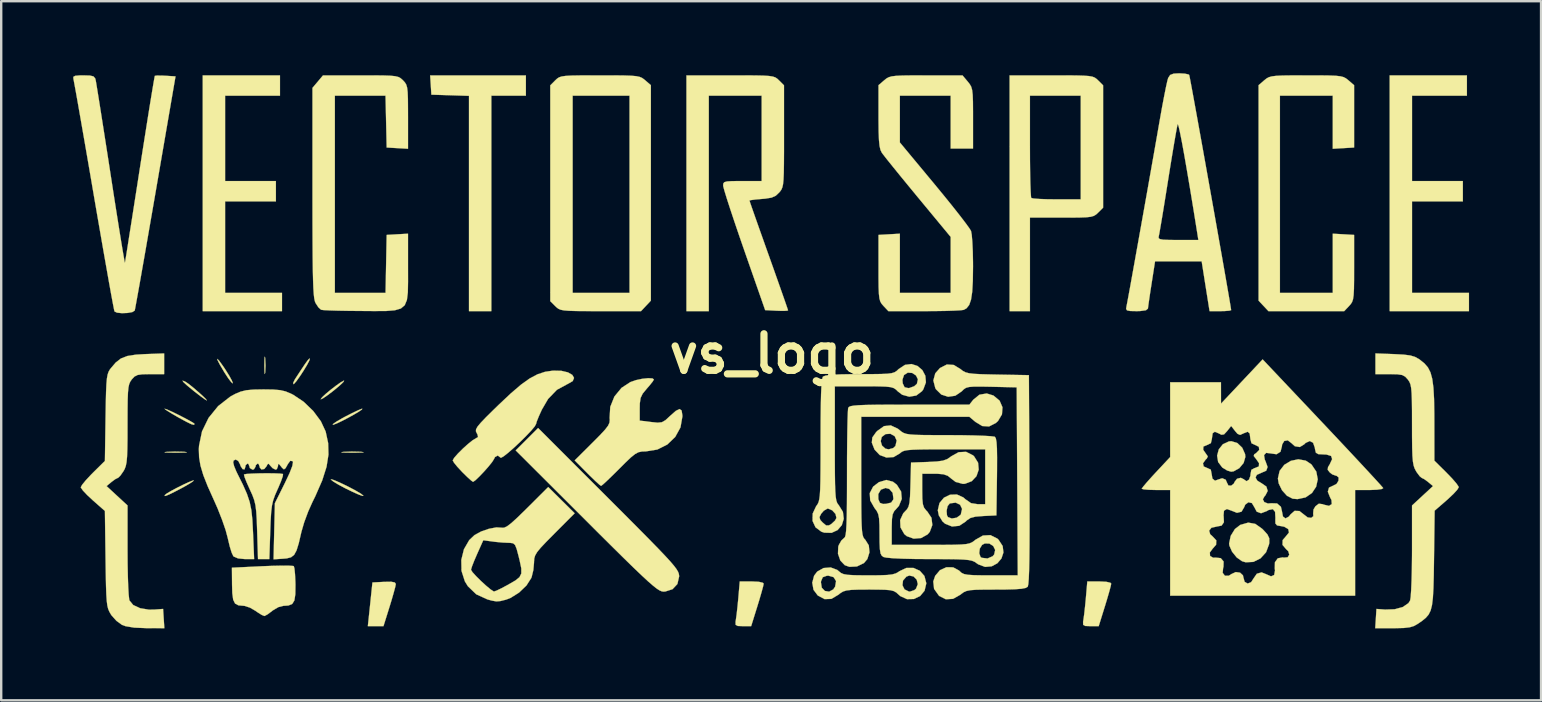
<source format=kicad_pcb>
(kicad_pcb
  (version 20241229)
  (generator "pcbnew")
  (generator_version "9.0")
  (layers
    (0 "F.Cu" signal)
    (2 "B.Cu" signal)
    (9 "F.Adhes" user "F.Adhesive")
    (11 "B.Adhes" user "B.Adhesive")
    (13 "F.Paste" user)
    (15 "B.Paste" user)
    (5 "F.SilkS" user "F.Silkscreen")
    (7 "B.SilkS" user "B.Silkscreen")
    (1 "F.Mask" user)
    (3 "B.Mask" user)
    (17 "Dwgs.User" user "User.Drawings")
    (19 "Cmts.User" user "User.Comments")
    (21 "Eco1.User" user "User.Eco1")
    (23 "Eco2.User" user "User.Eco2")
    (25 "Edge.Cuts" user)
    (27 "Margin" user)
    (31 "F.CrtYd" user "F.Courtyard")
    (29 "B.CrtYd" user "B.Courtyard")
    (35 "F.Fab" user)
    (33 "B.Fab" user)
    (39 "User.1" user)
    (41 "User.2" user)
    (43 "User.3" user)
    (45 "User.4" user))
  (footprint "vs_logo"
    (layer "F.Cu")
    (at 29.102 11.689)
    (property "Reference" "vs_logo" (at 0 0 0) (layer "F.SilkS") (effects (font (size 1.524 1.524) (thickness 0.3))))
    (attr through_hole)
    (fp_poly (pts (xy -10.245 -10.753) (xy -11.684 -10.753) (xy -11.684 -1.778) (xy -12.615 -1.778) (xy -12.615 -10.746) (xy -13.399 -10.771) (xy -14.182 -10.795) (xy -14.207 -11.197) (xy -14.233 -11.599) (xy -10.245 -11.599) (xy -10.245 -10.753)) (stroke (width 0.01) (type solid)) (fill yes) (layer "F.SilkS"))
    (fp_poly (pts (xy -24.525 4.081) (xy -24.445 4.087) (xy -24.366 4.1) (xy -24.439 4.111) (xy -24.646 4.117) (xy -24.85 4.119) (xy -25.131 4.115) (xy -25.284 4.107) (xy -25.292 4.096) (xy -25.207 4.086) (xy -24.868 4.074) (xy -24.525 4.081)) (stroke (width 0.01) (type solid)) (fill yes) (layer "F.SilkS"))
    (fp_poly (pts (xy -21.109 0.157) (xy -21.105 0.192) (xy -21.091 0.491) (xy -21.104 0.775) (xy -21.106 0.785) (xy -21.122 0.843) (xy -21.133 0.752) (xy -21.139 0.532) (xy -21.139 0.466) (xy -21.135 0.225) (xy -21.124 0.117) (xy -21.109 0.157)) (stroke (width 0.01) (type solid)) (fill yes) (layer "F.SilkS"))
    (fp_poly (pts (xy -17.159 4.081) (xy -17.079 4.087) (xy -17 4.1) (xy -17.073 4.111) (xy -17.28 4.117) (xy -17.484 4.119) (xy -17.765 4.115) (xy -17.918 4.107) (xy -17.926 4.096) (xy -17.841 4.086) (xy -17.502 4.074) (xy -17.159 4.081)) (stroke (width 0.01) (type solid)) (fill yes) (layer "F.SilkS"))
    (fp_poly (pts (xy -20.489 -10.753) (xy -22.775 -10.753) (xy -22.775 -7.197) (xy -20.659 -7.197) (xy -20.659 -6.35) (xy -22.775 -6.35) (xy -22.775 -2.54) (xy -20.405 -2.54) (xy -20.405 -1.778) (xy -23.707 -1.778) (xy -23.707 -11.599) (xy -20.489 -11.599) (xy -20.489 -10.753)) (stroke (width 0.01) (type solid)) (fill yes) (layer "F.SilkS"))
    (fp_poly (pts (xy 28.956 -10.753) (xy 26.67 -10.753) (xy 26.67 -7.197) (xy 28.787 -7.197) (xy 28.787 -6.35) (xy 26.67 -6.35) (xy 26.67 -2.54) (xy 29.041 -2.54) (xy 29.041 -1.778) (xy 25.739 -1.778) (xy 25.739 -11.599) (xy 28.956 -11.599) (xy 28.956 -10.753)) (stroke (width 0.01) (type solid)) (fill yes) (layer "F.SilkS"))
    (fp_poly (pts (xy -23.023 0.287) (xy -22.864 0.506) (xy -22.762 0.658) (xy -22.6 0.917) (xy -22.49 1.119) (xy -22.452 1.225) (xy -22.454 1.231) (xy -22.515 1.186) (xy -22.637 1.028) (xy -22.793 0.791) (xy -22.805 0.772) (xy -22.991 0.457) (xy -23.089 0.268) (xy -23.099 0.21) (xy -23.023 0.287)) (stroke (width 0.01) (type solid)) (fill yes) (layer "F.SilkS"))
    (fp_poly (pts (xy -24.128 5.326) (xy -24.29 5.428) (xy -24.52 5.56) (xy -24.778 5.697) (xy -25.02 5.819) (xy -25.205 5.902) (xy -25.285 5.925) (xy -25.29 5.887) (xy -25.231 5.837) (xy -25.048 5.726) (xy -24.802 5.593) (xy -24.537 5.46) (xy -24.299 5.35) (xy -24.131 5.283) (xy -24.077 5.274) (xy -24.128 5.326)) (stroke (width 0.01) (type solid)) (fill yes) (layer "F.SilkS"))
    (fp_poly (pts (xy -19.267 0.284) (xy -19.361 0.463) (xy -19.499 0.692) (xy -19.653 0.928) (xy -19.795 1.128) (xy -19.899 1.249) (xy -19.928 1.266) (xy -19.938 1.208) (xy -19.866 1.062) (xy -19.85 1.037) (xy -19.606 0.665) (xy -19.439 0.415) (xy -19.332 0.268) (xy -19.272 0.204) (xy -19.245 0.2) (xy -19.267 0.284)) (stroke (width 0.01) (type solid)) (fill yes) (layer "F.SilkS"))
    (fp_poly (pts (xy -17.859 1.187) (xy -18.008 1.327) (xy -18.232 1.515) (xy -18.287 1.559) (xy -18.526 1.739) (xy -18.703 1.858) (xy -18.788 1.895) (xy -18.791 1.889) (xy -18.729 1.806) (xy -18.574 1.662) (xy -18.367 1.49) (xy -18.148 1.322) (xy -17.958 1.188) (xy -17.837 1.121) (xy -17.816 1.121) (xy -17.859 1.187)) (stroke (width 0.01) (type solid)) (fill yes) (layer "F.SilkS"))
    (fp_poly (pts (xy -15.705 9.525) (xy -15.663 9.588) (xy -15.687 9.713) (xy -15.753 9.959) (xy -15.847 10.285) (xy -15.92 10.523) (xy -16.177 11.345) (xy -16.828 11.345) (xy -16.79 10.986) (xy -16.76 10.7) (xy -16.722 10.339) (xy -16.695 10.075) (xy -16.637 9.525) (xy -16.15 9.5) (xy -15.858 9.495) (xy -15.705 9.525)) (stroke (width 0.01) (type solid)) (fill yes) (layer "F.SilkS"))
    (fp_poly (pts (xy -25.187 2.322) (xy -24.985 2.413) (xy -24.73 2.537) (xy -24.465 2.673) (xy -24.234 2.798) (xy -24.082 2.889) (xy -24.045 2.922) (xy -24.074 2.958) (xy -24.175 2.934) (xy -24.37 2.842) (xy -24.682 2.672) (xy -24.765 2.625) (xy -25.03 2.47) (xy -25.217 2.353) (xy -25.295 2.292) (xy -25.292 2.288) (xy -25.187 2.322)) (stroke (width 0.01) (type solid)) (fill yes) (layer "F.SilkS"))
    (fp_poly (pts (xy -24.46 1.148) (xy -24.405 1.178) (xy -24.277 1.267) (xy -24.093 1.415) (xy -23.89 1.59) (xy -23.704 1.757) (xy -23.574 1.886) (xy -23.535 1.943) (xy -23.537 1.943) (xy -23.619 1.896) (xy -23.797 1.768) (xy -24.033 1.586) (xy -24.067 1.559) (xy -24.347 1.329) (xy -24.509 1.18) (xy -24.549 1.118) (xy -24.46 1.148)) (stroke (width 0.01) (type solid)) (fill yes) (layer "F.SilkS"))
    (fp_poly (pts (xy -18.305 5.237) (xy -18.129 5.306) (xy -17.884 5.417) (xy -17.611 5.551) (xy -17.351 5.689) (xy -17.143 5.811) (xy -17.103 5.837) (xy -17.011 5.913) (xy -17.051 5.92) (xy -17.207 5.865) (xy -17.459 5.753) (xy -17.759 5.607) (xy -18.043 5.456) (xy -18.258 5.327) (xy -18.366 5.243) (xy -18.373 5.23) (xy -18.305 5.237)) (stroke (width 0.01) (type solid)) (fill yes) (layer "F.SilkS"))
    (fp_poly (pts (xy -17.076 2.322) (xy -17.204 2.41) (xy -17.411 2.533) (xy -17.657 2.669) (xy -17.906 2.798) (xy -18.121 2.9) (xy -18.264 2.954) (xy -18.288 2.958) (xy -18.278 2.923) (xy -18.143 2.828) (xy -17.909 2.692) (xy -17.781 2.622) (xy -17.482 2.469) (xy -17.236 2.352) (xy -17.084 2.291) (xy -17.061 2.287) (xy -17.076 2.322)) (stroke (width 0.01) (type solid)) (fill yes) (layer "F.SilkS"))
    (fp_poly (pts (xy 19.394 3.717) (xy 19.598 3.913) (xy 19.715 4.177) (xy 19.727 4.296) (xy 19.655 4.546) (xy 19.475 4.764) (xy 19.241 4.895) (xy 19.135 4.911) (xy 18.969 4.861) (xy 18.771 4.74) (xy 18.765 4.735) (xy 18.593 4.509) (xy 18.55 4.241) (xy 18.621 3.979) (xy 18.79 3.767) (xy 19.041 3.65) (xy 19.147 3.641) (xy 19.394 3.717)) (stroke (width 0.01) (type solid)) (fill yes) (layer "F.SilkS"))
    (fp_poly (pts (xy 22.244 4.45) (xy 22.479 4.607) (xy 22.683 4.908) (xy 22.743 5.229) (xy 22.676 5.536) (xy 22.502 5.798) (xy 22.238 5.981) (xy 21.901 6.053) (xy 21.699 6.036) (xy 21.463 5.916) (xy 21.255 5.686) (xy 21.116 5.4) (xy 21.082 5.194) (xy 21.155 4.875) (xy 21.349 4.624) (xy 21.622 4.458) (xy 21.933 4.394) (xy 22.244 4.45)) (stroke (width 0.01) (type solid)) (fill yes) (layer "F.SilkS"))
    (fp_poly (pts (xy -0.542 9.497) (xy -0.371 9.538) (xy -0.339 9.575) (xy -0.363 9.691) (xy -0.427 9.929) (xy -0.521 10.251) (xy -0.599 10.507) (xy -0.86 11.345) (xy -1.201 11.345) (xy -1.418 11.338) (xy -1.507 11.291) (xy -1.511 11.164) (xy -1.496 11.07) (xy -1.465 10.85) (xy -1.429 10.527) (xy -1.394 10.169) (xy -1.392 10.139) (xy -1.335 9.483) (xy -0.837 9.483) (xy -0.542 9.497)) (stroke (width 0.01) (type solid)) (fill yes) (layer "F.SilkS"))
    (fp_poly (pts (xy 13.936 9.497) (xy 14.107 9.538) (xy 14.139 9.575) (xy 14.115 9.691) (xy 14.051 9.929) (xy 13.957 10.251) (xy 13.879 10.507) (xy 13.618 11.345) (xy 13.277 11.345) (xy 13.06 11.338) (xy 12.971 11.291) (xy 12.967 11.164) (xy 12.982 11.07) (xy 13.013 10.85) (xy 13.049 10.527) (xy 13.084 10.169) (xy 13.086 10.139) (xy 13.143 9.483) (xy 13.641 9.483) (xy 13.936 9.497)) (stroke (width 0.01) (type solid)) (fill yes) (layer "F.SilkS"))
    (fp_poly (pts (xy 20.139 7.084) (xy 20.429 7.29) (xy 20.466 7.326) (xy 20.646 7.524) (xy 20.723 7.683) (xy 20.724 7.868) (xy 20.714 7.935) (xy 20.589 8.268) (xy 20.359 8.521) (xy 20.063 8.668) (xy 19.741 8.685) (xy 19.591 8.641) (xy 19.366 8.483) (xy 19.173 8.243) (xy 19.061 7.989) (xy 19.05 7.901) (xy 19.117 7.583) (xy 19.291 7.3) (xy 19.513 7.128) (xy 19.847 7.032) (xy 20.139 7.084)) (stroke (width 0.01) (type solid)) (fill yes) (layer "F.SilkS"))
    (fp_poly (pts (xy -20.738 4.979) (xy -20.498 4.988) (xy -20.37 5.005) (xy -20.362 5.01) (xy -20.373 5.103) (xy -20.444 5.307) (xy -20.56 5.583) (xy -20.586 5.639) (xy -20.695 5.887) (xy -20.772 6.102) (xy -20.823 6.324) (xy -20.856 6.596) (xy -20.878 6.96) (xy -20.894 7.387) (xy -20.932 8.551) (xy -21.404 8.551) (xy -21.44 7.387) (xy -21.456 6.912) (xy -21.478 6.564) (xy -21.511 6.304) (xy -21.563 6.089) (xy -21.641 5.879) (xy -21.749 5.642) (xy -21.875 5.361) (xy -21.961 5.144) (xy -21.989 5.032) (xy -21.987 5.025) (xy -21.887 5.005) (xy -21.666 4.99) (xy -21.369 4.98) (xy -21.044 4.976) (xy -20.738 4.979)) (stroke (width 0.01) (type solid)) (fill yes) (layer "F.SilkS"))
    (fp_poly (pts (xy -6.798 6.029) (xy -6.128 6.699) (xy -5.569 7.261) (xy -5.109 7.726) (xy -4.74 8.104) (xy -4.452 8.406) (xy -4.234 8.643) (xy -4.078 8.826) (xy -3.972 8.967) (xy -3.907 9.075) (xy -3.874 9.162) (xy -3.862 9.239) (xy -3.861 9.278) (xy -3.933 9.59) (xy -4.135 9.806) (xy -4.441 9.903) (xy -4.515 9.906) (xy -4.586 9.895) (xy -4.675 9.857) (xy -4.793 9.781) (xy -4.949 9.658) (xy -5.155 9.479) (xy -5.42 9.233) (xy -5.757 8.912) (xy -6.174 8.504) (xy -6.682 8.002) (xy -7.293 7.395) (xy -7.723 6.965) (xy -10.669 4.024) (xy -10.202 3.558) (xy -9.736 3.091) (xy -6.798 6.029)) (stroke (width 0.01) (type solid)) (fill yes) (layer "F.SilkS"))
    (fp_poly (pts (xy -20.108 8.826) (xy -19.94 8.838) (xy -19.912 8.846) (xy -19.885 8.952) (xy -19.862 9.184) (xy -19.847 9.499) (xy -19.844 9.62) (xy -19.849 10.016) (xy -19.888 10.272) (xy -19.978 10.419) (xy -20.136 10.485) (xy -20.35 10.499) (xy -20.554 10.552) (xy -20.779 10.684) (xy -20.813 10.71) (xy -20.993 10.847) (xy -21.124 10.919) (xy -21.141 10.922) (xy -21.252 10.876) (xy -21.437 10.759) (xy -21.505 10.71) (xy -21.74 10.574) (xy -21.964 10.501) (xy -22.009 10.497) (xy -22.221 10.478) (xy -22.359 10.404) (xy -22.438 10.245) (xy -22.475 9.972) (xy -22.485 9.623) (xy -22.491 8.91) (xy -21.23 8.849) (xy -20.785 8.832) (xy -20.4 8.824) (xy -20.108 8.826)) (stroke (width 0.01) (type solid)) (fill yes) (layer "F.SilkS"))
    (fp_poly (pts (xy -6.595 -11.599) (xy -6.171 -11.595) (xy -5.866 -11.585) (xy -5.653 -11.567) (xy -5.508 -11.537) (xy -5.406 -11.494) (xy -5.32 -11.433) (xy -5.275 -11.395) (xy -5.038 -11.191) (xy -5.038 -2.215) (xy -5.243 -1.996) (xy -5.448 -1.778) (xy -7.131 -1.778) (xy -7.704 -1.779) (xy -8.133 -1.782) (xy -8.441 -1.791) (xy -8.655 -1.808) (xy -8.797 -1.836) (xy -8.894 -1.878) (xy -8.969 -1.936) (xy -9.021 -1.986) (xy -9.229 -2.194) (xy -9.229 -10.753) (xy -8.297 -10.753) (xy -8.297 -2.54) (xy -5.927 -2.54) (xy -5.927 -10.753) (xy -8.297 -10.753) (xy -9.229 -10.753) (xy -9.229 -11.184) (xy -9.021 -11.392) (xy -8.945 -11.463) (xy -8.865 -11.516) (xy -8.755 -11.553) (xy -8.59 -11.577) (xy -8.345 -11.591) (xy -7.996 -11.597) (xy -7.518 -11.599) (xy -7.163 -11.599) (xy -6.595 -11.599)) (stroke (width 0.01) (type solid)) (fill yes) (layer "F.SilkS"))
    (fp_poly (pts (xy 12.23 -11.599) (xy 12.669 -11.596) (xy 12.987 -11.587) (xy 13.208 -11.571) (xy 13.356 -11.545) (xy 13.456 -11.505) (xy 13.532 -11.45) (xy 13.593 -11.392) (xy 13.801 -11.184) (xy 13.801 -6.088) (xy 13.593 -5.88) (xy 13.508 -5.802) (xy 13.416 -5.746) (xy 13.29 -5.709) (xy 13.099 -5.687) (xy 12.816 -5.677) (xy 12.411 -5.673) (xy 12.069 -5.673) (xy 10.753 -5.673) (xy 10.753 -1.778) (xy 9.906 -1.778) (xy 9.906 -10.753) (xy 10.753 -10.753) (xy 10.753 -8.65) (xy 10.755 -8.07) (xy 10.761 -7.546) (xy 10.77 -7.103) (xy 10.783 -6.764) (xy 10.797 -6.552) (xy 10.809 -6.491) (xy 10.911 -6.469) (xy 11.147 -6.451) (xy 11.482 -6.439) (xy 11.867 -6.435) (xy 12.869 -6.435) (xy 12.869 -10.753) (xy 10.753 -10.753) (xy 9.906 -10.753) (xy 9.906 -11.599) (xy 11.646 -11.599) (xy 12.23 -11.599)) (stroke (width 0.01) (type solid)) (fill yes) (layer "F.SilkS"))
    (fp_poly (pts (xy 22.809 -11.599) (xy 23.208 -11.594) (xy 23.491 -11.583) (xy 23.686 -11.561) (xy 23.819 -11.527) (xy 23.917 -11.476) (xy 24.006 -11.406) (xy 24.019 -11.395) (xy 24.257 -11.191) (xy 24.257 -8.594) (xy 23.812 -8.568) (xy 23.368 -8.542) (xy 23.368 -10.753) (xy 21.167 -10.753) (xy 21.167 -2.54) (xy 23.368 -2.54) (xy 23.368 -5.004) (xy 23.812 -4.979) (xy 24.257 -4.953) (xy 24.257 -3.584) (xy 24.256 -3.072) (xy 24.251 -2.702) (xy 24.237 -2.444) (xy 24.212 -2.271) (xy 24.172 -2.154) (xy 24.112 -2.064) (xy 24.052 -1.996) (xy 23.846 -1.778) (xy 20.688 -1.778) (xy 20.483 -1.996) (xy 20.278 -2.215) (xy 20.278 -11.191) (xy 20.515 -11.395) (xy 20.606 -11.468) (xy 20.701 -11.521) (xy 20.828 -11.557) (xy 21.012 -11.58) (xy 21.282 -11.593) (xy 21.663 -11.598) (xy 22.183 -11.599) (xy 22.267 -11.599) (xy 22.809 -11.599)) (stroke (width 0.01) (type solid)) (fill yes) (layer "F.SilkS"))
    (fp_poly (pts (xy 8.379 4.227) (xy 8.428 4.272) (xy 8.593 4.537) (xy 8.619 4.826) (xy 8.526 5.097) (xy 8.33 5.306) (xy 8.048 5.413) (xy 7.959 5.419) (xy 7.66 5.339) (xy 7.485 5.207) (xy 7.332 5.083) (xy 7.154 5.019) (xy 6.889 4.996) (xy 6.769 4.995) (xy 6.265 4.995) (xy 6.265 5.684) (xy 6.27 6.034) (xy 6.292 6.26) (xy 6.341 6.408) (xy 6.429 6.523) (xy 6.477 6.569) (xy 6.652 6.832) (xy 6.687 7.132) (xy 6.582 7.416) (xy 6.493 7.521) (xy 6.22 7.675) (xy 5.91 7.7) (xy 5.623 7.597) (xy 5.518 7.509) (xy 5.36 7.231) (xy 5.346 6.926) (xy 5.475 6.644) (xy 5.543 6.572) (xy 5.635 6.474) (xy 5.697 6.361) (xy 5.735 6.198) (xy 5.758 5.947) (xy 5.772 5.572) (xy 5.775 5.454) (xy 5.8 4.53) (xy 6.511 4.505) (xy 6.881 4.485) (xy 7.129 4.45) (xy 7.304 4.388) (xy 7.453 4.286) (xy 7.47 4.272) (xy 7.782 4.098) (xy 8.093 4.083) (xy 8.379 4.227)) (stroke (width 0.01) (type solid)) (fill yes) (layer "F.SilkS"))
    (fp_poly (pts (xy -4.971 1.025) (xy -4.911 1.069) (xy -4.963 1.157) (xy -5.097 1.324) (xy -5.207 1.45) (xy -5.378 1.657) (xy -5.466 1.839) (xy -5.499 2.068) (xy -5.503 2.28) (xy -5.503 2.782) (xy -5.031 2.841) (xy -4.756 2.869) (xy -4.578 2.85) (xy -4.429 2.764) (xy -4.244 2.593) (xy -4.001 2.378) (xy -3.844 2.3) (xy -3.757 2.361) (xy -3.726 2.559) (xy -3.725 2.611) (xy -3.804 3.064) (xy -4.023 3.462) (xy -4.353 3.779) (xy -4.769 3.988) (xy -5.242 4.064) (xy -5.243 4.064) (xy -5.414 4.07) (xy -5.555 4.1) (xy -5.696 4.175) (xy -5.87 4.315) (xy -6.106 4.54) (xy -6.35 4.784) (xy -6.631 5.063) (xy -6.868 5.291) (xy -7.037 5.446) (xy -7.112 5.503) (xy -7.113 5.503) (xy -7.189 5.447) (xy -7.354 5.297) (xy -7.577 5.081) (xy -7.686 4.972) (xy -8.212 4.441) (xy -7.468 3.7) (xy -7.155 3.385) (xy -6.947 3.16) (xy -6.822 2.997) (xy -6.763 2.869) (xy -6.751 2.747) (xy -6.757 2.671) (xy -6.73 2.21) (xy -6.557 1.779) (xy -6.259 1.417) (xy -5.891 1.177) (xy -5.658 1.096) (xy -5.393 1.04) (xy -5.148 1.015) (xy -4.971 1.025)) (stroke (width 0.01) (type solid)) (fill yes) (layer "F.SilkS"))
    (fp_poly (pts (xy -16.583 -11.599) (xy -16.177 -11.595) (xy -15.888 -11.585) (xy -15.691 -11.565) (xy -15.56 -11.533) (xy -15.469 -11.486) (xy -15.392 -11.42) (xy -15.363 -11.392) (xy -15.285 -11.307) (xy -15.229 -11.215) (xy -15.192 -11.089) (xy -15.17 -10.899) (xy -15.159 -10.616) (xy -15.156 -10.212) (xy -15.155 -9.863) (xy -15.155 -8.542) (xy -15.6 -8.568) (xy -16.044 -8.594) (xy -16.092 -10.753) (xy -18.203 -10.753) (xy -18.203 -2.54) (xy -16.091 -2.54) (xy -16.044 -4.953) (xy -15.6 -4.979) (xy -15.155 -5.004) (xy -15.155 -3.575) (xy -15.154 -3) (xy -15.162 -2.563) (xy -15.201 -2.244) (xy -15.291 -2.025) (xy -15.452 -1.888) (xy -15.703 -1.814) (xy -16.066 -1.784) (xy -16.561 -1.781) (xy -17.108 -1.785) (xy -17.61 -1.789) (xy -18.057 -1.797) (xy -18.42 -1.808) (xy -18.67 -1.821) (xy -18.777 -1.835) (xy -18.889 -1.936) (xy -19.008 -2.118) (xy -19.009 -2.12) (xy -19.038 -2.197) (xy -19.062 -2.316) (xy -19.082 -2.492) (xy -19.098 -2.739) (xy -19.11 -3.069) (xy -19.12 -3.496) (xy -19.127 -4.035) (xy -19.131 -4.699) (xy -19.134 -5.501) (xy -19.135 -6.455) (xy -19.135 -6.72) (xy -19.135 -11.078) (xy -18.696 -11.599) (xy -17.134 -11.599) (xy -16.583 -11.599)) (stroke (width 0.01) (type solid)) (fill yes) (layer "F.SilkS"))
    (fp_poly (pts (xy -8.764 0.709) (xy -8.492 0.774) (xy -8.311 0.878) (xy -8.238 1.005) (xy -8.293 1.136) (xy -8.495 1.253) (xy -8.506 1.257) (xy -8.953 1.5) (xy -9.32 1.881) (xy -9.579 2.325) (xy -9.703 2.598) (xy -9.79 2.814) (xy -9.821 2.923) (xy -9.877 3.025) (xy -10.026 3.203) (xy -10.239 3.428) (xy -10.488 3.674) (xy -10.745 3.915) (xy -10.982 4.122) (xy -11.17 4.27) (xy -11.281 4.332) (xy -11.298 4.327) (xy -11.416 4.237) (xy -11.532 4.302) (xy -11.572 4.381) (xy -11.648 4.504) (xy -11.8 4.694) (xy -11.992 4.911) (xy -12.188 5.116) (xy -12.35 5.27) (xy -12.444 5.334) (xy -12.446 5.334) (xy -12.526 5.278) (xy -12.687 5.132) (xy -12.894 4.929) (xy -13.096 4.712) (xy -13.24 4.535) (xy -13.293 4.439) (xy -13.233 4.334) (xy -13.081 4.16) (xy -12.876 3.955) (xy -12.656 3.756) (xy -12.461 3.6) (xy -12.338 3.527) (xy -12.239 3.466) (xy -12.262 3.357) (xy -12.296 3.297) (xy -12.327 3.224) (xy -12.32 3.143) (xy -12.259 3.033) (xy -12.129 2.876) (xy -11.916 2.652) (xy -11.602 2.342) (xy -11.376 2.122) (xy -10.871 1.647) (xy -10.449 1.286) (xy -10.087 1.027) (xy -9.76 0.853) (xy -9.444 0.749) (xy -9.115 0.701) (xy -9.106 0.701) (xy -8.764 0.709)) (stroke (width 0.01) (type solid)) (fill yes) (layer "F.SilkS"))
    (fp_poly (pts (xy 9.233 1.738) (xy 9.489 1.951) (xy 9.609 2.226) (xy 9.588 2.523) (xy 9.424 2.798) (xy 9.335 2.88) (xy 9.049 3.027) (xy 8.764 3.008) (xy 8.482 2.836) (xy 8.231 2.625) (xy 3.725 2.625) (xy 3.725 5.109) (xy 3.726 5.824) (xy 3.728 6.389) (xy 3.733 6.823) (xy 3.743 7.145) (xy 3.758 7.374) (xy 3.78 7.53) (xy 3.809 7.632) (xy 3.848 7.698) (xy 3.895 7.747) (xy 4.041 7.982) (xy 4.068 8.271) (xy 3.981 8.549) (xy 3.841 8.715) (xy 3.546 8.859) (xy 3.232 8.874) (xy 3.038 8.805) (xy 2.853 8.609) (xy 2.756 8.328) (xy 2.768 8.034) (xy 2.791 7.965) (xy 2.899 7.776) (xy 3.013 7.671) (xy 3.048 7.633) (xy 3.075 7.538) (xy 3.096 7.37) (xy 3.111 7.111) (xy 3.122 6.746) (xy 3.129 6.257) (xy 3.132 5.63) (xy 3.133 5.005) (xy 3.134 4.35) (xy 3.139 3.747) (xy 3.146 3.217) (xy 3.155 2.781) (xy 3.166 2.462) (xy 3.178 2.28) (xy 3.184 2.251) (xy 3.215 2.212) (xy 3.287 2.181) (xy 3.418 2.158) (xy 3.626 2.141) (xy 3.928 2.129) (xy 4.342 2.122) (xy 4.887 2.118) (xy 5.58 2.117) (xy 5.733 2.117) (xy 8.231 2.117) (xy 8.39 1.915) (xy 8.648 1.704) (xy 8.953 1.652) (xy 9.233 1.738)) (stroke (width 0.01) (type solid)) (fill yes) (layer "F.SilkS"))
    (fp_poly (pts (xy -1.132 -11.599) (xy -0.678 -11.596) (xy -0.346 -11.589) (xy -0.113 -11.574) (xy 0.044 -11.549) (xy 0.149 -11.513) (xy 0.226 -11.462) (xy 0.297 -11.394) (xy 0.3 -11.392) (xy 0.508 -11.184) (xy 0.508 -9.068) (xy 0.508 -8.416) (xy 0.505 -7.911) (xy 0.499 -7.532) (xy 0.487 -7.257) (xy 0.468 -7.065) (xy 0.439 -6.933) (xy 0.4 -6.841) (xy 0.347 -6.765) (xy 0.309 -6.721) (xy 0.165 -6.585) (xy -0.011 -6.506) (xy -0.276 -6.463) (xy -0.411 -6.452) (xy -0.682 -6.428) (xy -0.871 -6.403) (xy -0.931 -6.385) (xy -0.904 -6.3) (xy -0.827 -6.077) (xy -0.707 -5.735) (xy -0.552 -5.295) (xy -0.368 -4.778) (xy -0.164 -4.202) (xy -0.127 -4.1) (xy 0.081 -3.516) (xy 0.268 -2.986) (xy 0.429 -2.53) (xy 0.555 -2.169) (xy 0.64 -1.922) (xy 0.677 -1.811) (xy 0.677 -1.807) (xy 0.601 -1.791) (xy 0.403 -1.788) (xy 0.2 -1.795) (xy -0.277 -1.82) (xy -1.15 -4.318) (xy -1.366 -4.942) (xy -1.563 -5.521) (xy -1.734 -6.035) (xy -1.872 -6.461) (xy -1.97 -6.78) (xy -2.021 -6.969) (xy -2.027 -7.006) (xy -2.021 -7.094) (xy -1.977 -7.15) (xy -1.864 -7.181) (xy -1.649 -7.194) (xy -1.301 -7.197) (xy -1.228 -7.197) (xy -0.423 -7.197) (xy -0.423 -10.753) (xy -2.625 -10.753) (xy -2.625 -1.778) (xy -3.556 -1.778) (xy -3.556 -11.599) (xy -1.732 -11.599) (xy -1.132 -11.599)) (stroke (width 0.01) (type solid)) (fill yes) (layer "F.SilkS"))
    (fp_poly (pts (xy 7.578 0.464) (xy 7.856 0.633) (xy 7.959 0.713) (xy 8.068 0.77) (xy 8.213 0.809) (xy 8.423 0.834) (xy 8.728 0.85) (xy 9.159 0.861) (xy 9.408 0.866) (xy 10.71 0.889) (xy 10.732 5.24) (xy 10.736 6.305) (xy 10.737 7.208) (xy 10.734 7.959) (xy 10.728 8.564) (xy 10.718 9.033) (xy 10.704 9.372) (xy 10.686 9.591) (xy 10.664 9.697) (xy 10.658 9.706) (xy 10.574 9.754) (xy 10.401 9.788) (xy 10.118 9.809) (xy 9.701 9.82) (xy 9.336 9.821) (xy 8.855 9.823) (xy 8.512 9.829) (xy 8.276 9.846) (xy 8.116 9.878) (xy 7.999 9.928) (xy 7.896 10.002) (xy 7.859 10.033) (xy 7.552 10.207) (xy 7.249 10.225) (xy 6.976 10.088) (xy 6.96 10.073) (xy 6.76 9.793) (xy 6.726 9.483) (xy 6.806 9.248) (xy 7.005 9.013) (xy 7.271 8.892) (xy 7.553 8.894) (xy 7.802 9.029) (xy 7.832 9.059) (xy 7.909 9.128) (xy 8.013 9.176) (xy 8.176 9.206) (xy 8.427 9.222) (xy 8.796 9.228) (xy 9.116 9.229) (xy 10.246 9.229) (xy 10.224 5.313) (xy 10.202 1.397) (xy 9.156 1.373) (xy 8.719 1.365) (xy 8.417 1.366) (xy 8.219 1.382) (xy 8.089 1.417) (xy 7.997 1.478) (xy 7.911 1.564) (xy 7.644 1.746) (xy 7.344 1.789) (xy 7.06 1.697) (xy 6.838 1.477) (xy 6.811 1.43) (xy 6.729 1.111) (xy 6.81 0.812) (xy 7.006 0.591) (xy 7.292 0.445) (xy 7.578 0.464)) (stroke (width 0.01) (type solid)) (fill yes) (layer "F.SilkS"))
    (fp_poly (pts (xy -8.763 6.096) (xy -8.212 6.642) (xy -9.059 7.492) (xy -9.394 7.831) (xy -9.627 8.078) (xy -9.776 8.259) (xy -9.859 8.401) (xy -9.897 8.531) (xy -9.906 8.675) (xy -9.906 8.704) (xy -9.934 9.009) (xy -10.004 9.296) (xy -10.02 9.339) (xy -10.222 9.653) (xy -10.529 9.947) (xy -10.881 10.168) (xy -11.068 10.24) (xy -11.306 10.3) (xy -11.476 10.314) (xy -11.664 10.281) (xy -11.85 10.23) (xy -12.313 10.018) (xy -12.661 9.683) (xy -12.787 9.479) (xy -12.926 9.045) (xy -12.927 8.997) (xy -12.531 8.997) (xy -12.472 9.093) (xy -12.321 9.26) (xy -12.119 9.461) (xy -11.902 9.659) (xy -11.712 9.817) (xy -11.587 9.898) (xy -11.571 9.902) (xy -11.467 9.865) (xy -11.259 9.765) (xy -10.99 9.621) (xy -10.957 9.602) (xy -10.681 9.442) (xy -10.512 9.305) (xy -10.435 9.151) (xy -10.436 8.937) (xy -10.502 8.621) (xy -10.551 8.421) (xy -10.629 8.129) (xy -10.695 7.966) (xy -10.778 7.893) (xy -10.905 7.875) (xy -10.963 7.874) (xy -11.223 7.862) (xy -11.538 7.832) (xy -11.628 7.82) (xy -12.02 7.767) (xy -12.275 8.336) (xy -12.4 8.626) (xy -12.491 8.86) (xy -12.53 8.991) (xy -12.531 8.997) (xy -12.927 8.997) (xy -12.935 8.584) (xy -12.825 8.141) (xy -12.605 7.76) (xy -12.384 7.551) (xy -12.11 7.402) (xy -11.785 7.29) (xy -11.475 7.231) (xy -11.246 7.244) (xy -11.154 7.245) (xy -11.03 7.187) (xy -10.853 7.053) (xy -10.605 6.828) (xy -10.266 6.498) (xy -10.192 6.425) (xy -9.314 5.55) (xy -8.763 6.096)) (stroke (width 0.01) (type solid)) (fill yes) (layer "F.SilkS"))
    (fp_poly (pts (xy 8.163 -11.339) (xy 8.247 -11.232) (xy 8.307 -11.126) (xy 8.345 -10.99) (xy 8.368 -10.792) (xy 8.379 -10.503) (xy 8.382 -10.091) (xy 8.382 -9.815) (xy 8.382 -8.551) (xy 7.451 -8.551) (xy 7.451 -10.753) (xy 5.334 -10.753) (xy 5.334 -8.805) (xy 6.775 -7.07) (xy 7.164 -6.597) (xy 7.52 -6.157) (xy 7.827 -5.768) (xy 8.069 -5.452) (xy 8.232 -5.227) (xy 8.299 -5.117) (xy 8.329 -4.957) (xy 8.353 -4.664) (xy 8.372 -4.275) (xy 8.381 -3.825) (xy 8.382 -3.631) (xy 8.374 -3.032) (xy 8.348 -2.581) (xy 8.299 -2.256) (xy 8.222 -2.035) (xy 8.113 -1.897) (xy 7.997 -1.831) (xy 7.871 -1.814) (xy 7.606 -1.799) (xy 7.231 -1.787) (xy 6.779 -1.78) (xy 6.358 -1.778) (xy 4.856 -1.778) (xy 4.65 -1.996) (xy 4.574 -2.084) (xy 4.519 -2.178) (xy 4.483 -2.306) (xy 4.461 -2.497) (xy 4.449 -2.779) (xy 4.445 -3.181) (xy 4.445 -3.584) (xy 4.445 -4.953) (xy 4.889 -4.979) (xy 5.334 -5.004) (xy 5.334 -2.54) (xy 7.451 -2.54) (xy 7.451 -4.87) (xy 6.085 -6.52) (xy 5.704 -6.983) (xy 5.353 -7.411) (xy 5.048 -7.787) (xy 4.806 -8.088) (xy 4.643 -8.296) (xy 4.582 -8.378) (xy 4.527 -8.492) (xy 4.489 -8.657) (xy 4.464 -8.903) (xy 4.45 -9.255) (xy 4.445 -9.743) (xy 4.445 -9.888) (xy 4.445 -11.191) (xy 4.683 -11.395) (xy 4.773 -11.468) (xy 4.869 -11.521) (xy 4.995 -11.558) (xy 5.18 -11.58) (xy 5.45 -11.593) (xy 5.832 -11.598) (xy 6.353 -11.599) (xy 6.432 -11.599) (xy 7.944 -11.599) (xy 8.163 -11.339)) (stroke (width 0.01) (type solid)) (fill yes) (layer "F.SilkS"))
    (fp_poly (pts (xy -28.404 -11.591) (xy -28.257 -11.556) (xy -28.188 -11.476) (xy -28.168 -11.409) (xy -28.146 -11.287) (xy -28.102 -11.017) (xy -28.037 -10.614) (xy -27.955 -10.098) (xy -27.859 -9.486) (xy -27.751 -8.796) (xy -27.634 -8.047) (xy -27.545 -7.471) (xy -27.426 -6.7) (xy -27.314 -5.985) (xy -27.212 -5.343) (xy -27.123 -4.79) (xy -27.049 -4.342) (xy -26.993 -4.016) (xy -26.959 -3.828) (xy -26.948 -3.788) (xy -26.931 -3.882) (xy -26.891 -4.127) (xy -26.831 -4.505) (xy -26.753 -5.001) (xy -26.659 -5.595) (xy -26.553 -6.273) (xy -26.436 -7.017) (xy -26.33 -7.702) (xy -26.207 -8.488) (xy -26.091 -9.221) (xy -25.986 -9.885) (xy -25.893 -10.462) (xy -25.815 -10.937) (xy -25.755 -11.293) (xy -25.716 -11.513) (xy -25.702 -11.58) (xy -25.608 -11.592) (xy -25.401 -11.59) (xy -25.256 -11.583) (xy -24.84 -11.557) (xy -25.671 -6.731) (xy -25.824 -5.847) (xy -25.969 -5.012) (xy -26.103 -4.24) (xy -26.225 -3.547) (xy -26.33 -2.949) (xy -26.418 -2.46) (xy -26.484 -2.095) (xy -26.526 -1.869) (xy -26.541 -1.799) (xy -26.641 -1.738) (xy -26.841 -1.702) (xy -27.077 -1.693) (xy -27.28 -1.715) (xy -27.382 -1.765) (xy -27.404 -1.86) (xy -27.452 -2.106) (xy -27.523 -2.489) (xy -27.614 -2.994) (xy -27.722 -3.605) (xy -27.846 -4.307) (xy -27.981 -5.085) (xy -28.127 -5.924) (xy -28.238 -6.57) (xy -28.388 -7.447) (xy -28.531 -8.277) (xy -28.664 -9.043) (xy -28.784 -9.731) (xy -28.888 -10.325) (xy -28.974 -10.81) (xy -29.039 -11.169) (xy -29.08 -11.389) (xy -29.093 -11.451) (xy -29.097 -11.537) (xy -29.019 -11.581) (xy -28.825 -11.598) (xy -28.675 -11.599) (xy -28.404 -11.591)) (stroke (width 0.01) (type solid)) (fill yes) (layer "F.SilkS"))
    (fp_poly (pts (xy 2.726 9.002) (xy 2.794 9.059) (xy 2.881 9.13) (xy 2.997 9.179) (xy 3.172 9.208) (xy 3.439 9.223) (xy 3.831 9.228) (xy 4.029 9.229) (xy 4.484 9.226) (xy 4.803 9.214) (xy 5.02 9.189) (xy 5.169 9.146) (xy 5.282 9.081) (xy 5.311 9.059) (xy 5.6 8.921) (xy 5.899 8.919) (xy 6.165 9.037) (xy 6.357 9.254) (xy 6.435 9.553) (xy 6.435 9.567) (xy 6.363 9.87) (xy 6.178 10.091) (xy 5.92 10.214) (xy 5.631 10.22) (xy 5.354 10.094) (xy 5.284 10.033) (xy 5.186 9.944) (xy 5.08 9.884) (xy 4.933 9.847) (xy 4.71 9.829) (xy 4.377 9.822) (xy 4.051 9.821) (xy 3.616 9.823) (xy 3.314 9.834) (xy 3.111 9.858) (xy 2.969 9.902) (xy 2.854 9.972) (xy 2.779 10.033) (xy 2.483 10.209) (xy 2.2 10.219) (xy 1.916 10.069) (xy 1.737 9.831) (xy 1.685 9.537) (xy 1.69 9.516) (xy 2.046 9.516) (xy 2.081 9.743) (xy 2.211 9.879) (xy 2.388 9.908) (xy 2.559 9.816) (xy 2.639 9.697) (xy 2.648 9.643) (xy 5.443 9.643) (xy 5.529 9.814) (xy 5.71 9.903) (xy 5.757 9.906) (xy 5.936 9.845) (xy 6.008 9.783) (xy 6.082 9.594) (xy 6.036 9.41) (xy 5.906 9.276) (xy 5.728 9.237) (xy 5.609 9.281) (xy 5.465 9.446) (xy 5.443 9.643) (xy 2.648 9.643) (xy 2.676 9.466) (xy 2.573 9.303) (xy 2.356 9.242) (xy 2.293 9.246) (xy 2.124 9.306) (xy 2.053 9.468) (xy 2.046 9.516) (xy 1.69 9.516) (xy 1.761 9.245) (xy 1.889 9.074) (xy 2.154 8.924) (xy 2.454 8.9) (xy 2.726 9.002)) (stroke (width 0.01) (type solid)) (fill yes) (layer "F.SilkS"))
    (fp_poly (pts (xy -25.315 0.847) (xy -25.902 0.847) (xy -26.22 0.853) (xy -26.419 0.881) (xy -26.548 0.946) (xy -26.658 1.062) (xy -26.664 1.07) (xy -26.724 1.157) (xy -26.769 1.259) (xy -26.801 1.402) (xy -26.821 1.61) (xy -26.833 1.909) (xy -26.838 2.324) (xy -26.84 2.881) (xy -26.84 2.954) (xy -26.841 3.532) (xy -26.847 3.968) (xy -26.859 4.286) (xy -26.88 4.513) (xy -26.912 4.674) (xy -26.957 4.797) (xy -27.008 4.889) (xy -27.132 5.068) (xy -27.227 5.163) (xy -27.24 5.167) (xy -27.345 5.219) (xy -27.507 5.338) (xy -27.509 5.34) (xy -27.713 5.51) (xy -27.276 5.914) (xy -26.839 6.318) (xy -26.839 8.191) (xy -26.836 8.75) (xy -26.826 9.261) (xy -26.811 9.697) (xy -26.792 10.031) (xy -26.769 10.235) (xy -26.76 10.273) (xy -26.603 10.464) (xy -26.32 10.597) (xy -25.95 10.658) (xy -25.718 10.655) (xy -25.358 10.628) (xy -25.332 11.029) (xy -25.306 11.43) (xy -26.052 11.428) (xy -26.56 11.407) (xy -26.921 11.347) (xy -27.072 11.291) (xy -27.298 11.127) (xy -27.505 10.897) (xy -27.537 10.848) (xy -27.598 10.743) (xy -27.645 10.631) (xy -27.68 10.49) (xy -27.705 10.295) (xy -27.723 10.025) (xy -27.736 9.654) (xy -27.746 9.16) (xy -27.755 8.544) (xy -27.782 6.547) (xy -28.284 6.105) (xy -28.521 5.884) (xy -28.698 5.696) (xy -28.783 5.574) (xy -28.787 5.559) (xy -28.73 5.455) (xy -28.579 5.27) (xy -28.362 5.037) (xy -28.285 4.959) (xy -27.782 4.462) (xy -27.755 2.66) (xy -27.745 2.058) (xy -27.734 1.601) (xy -27.719 1.265) (xy -27.698 1.027) (xy -27.668 0.861) (xy -27.627 0.744) (xy -27.574 0.652) (xy -27.554 0.625) (xy -27.337 0.368) (xy -27.117 0.196) (xy -26.849 0.091) (xy -26.49 0.035) (xy -26.114 0.013) (xy -25.315 -0.016) (xy -25.315 0.847)) (stroke (width 0.01) (type solid)) (fill yes) (layer "F.SilkS"))
    (fp_poly (pts (xy 25.929 0.013) (xy 26.325 0.034) (xy 26.598 0.069) (xy 26.795 0.128) (xy 26.962 0.221) (xy 26.997 0.246) (xy 27.186 0.398) (xy 27.332 0.566) (xy 27.439 0.775) (xy 27.513 1.047) (xy 27.561 1.407) (xy 27.588 1.878) (xy 27.598 2.485) (xy 27.599 2.797) (xy 27.601 4.45) (xy 28.109 4.953) (xy 28.342 5.195) (xy 28.519 5.4) (xy 28.61 5.535) (xy 28.617 5.558) (xy 28.557 5.659) (xy 28.398 5.834) (xy 28.171 6.048) (xy 28.115 6.098) (xy 27.612 6.535) (xy 27.586 8.553) (xy 27.576 9.23) (xy 27.562 9.76) (xy 27.539 10.165) (xy 27.502 10.47) (xy 27.445 10.695) (xy 27.361 10.863) (xy 27.246 10.998) (xy 27.095 11.121) (xy 26.925 11.239) (xy 26.76 11.335) (xy 26.577 11.392) (xy 26.329 11.421) (xy 25.967 11.43) (xy 25.891 11.43) (xy 25.137 11.43) (xy 25.163 11.029) (xy 25.188 10.628) (xy 25.548 10.655) (xy 25.95 10.641) (xy 26.287 10.547) (xy 26.52 10.387) (xy 26.591 10.273) (xy 26.614 10.129) (xy 26.634 9.844) (xy 26.651 9.445) (xy 26.663 8.96) (xy 26.669 8.417) (xy 26.67 8.191) (xy 26.67 6.318) (xy 27.107 5.914) (xy 27.544 5.51) (xy 27.34 5.34) (xy 27.178 5.22) (xy 27.072 5.168) (xy 27.071 5.167) (xy 26.989 5.1) (xy 26.868 4.937) (xy 26.838 4.889) (xy 26.78 4.78) (xy 26.737 4.654) (xy 26.707 4.485) (xy 26.687 4.246) (xy 26.676 3.913) (xy 26.671 3.458) (xy 26.67 2.954) (xy 26.669 2.38) (xy 26.664 1.95) (xy 26.653 1.639) (xy 26.634 1.422) (xy 26.604 1.273) (xy 26.561 1.167) (xy 26.502 1.08) (xy 26.495 1.07) (xy 26.385 0.951) (xy 26.258 0.883) (xy 26.064 0.854) (xy 25.753 0.847) (xy 25.733 0.847) (xy 25.146 0.847) (xy 25.146 -0.016) (xy 25.929 0.013)) (stroke (width 0.01) (type solid)) (fill yes) (layer "F.SilkS"))
    (fp_poly (pts (xy 5.048 5.329) (xy 5.211 5.457) (xy 5.386 5.737) (xy 5.414 6.045) (xy 5.295 6.335) (xy 5.207 6.435) (xy 5.099 6.553) (xy 5.035 6.687) (xy 5.005 6.884) (xy 4.996 7.191) (xy 4.995 7.296) (xy 4.995 7.959) (xy 6.613 7.959) (xy 7.174 7.958) (xy 7.592 7.954) (xy 7.892 7.944) (xy 8.101 7.926) (xy 8.243 7.895) (xy 8.346 7.849) (xy 8.436 7.786) (xy 8.482 7.747) (xy 8.795 7.57) (xy 9.107 7.553) (xy 9.393 7.696) (xy 9.444 7.743) (xy 9.617 8.007) (xy 9.649 8.277) (xy 9.566 8.526) (xy 9.394 8.727) (xy 9.159 8.853) (xy 8.885 8.877) (xy 8.598 8.77) (xy 8.528 8.721) (xy 8.445 8.664) (xy 8.343 8.621) (xy 8.199 8.591) (xy 7.989 8.571) (xy 7.688 8.559) (xy 7.272 8.553) (xy 6.717 8.551) (xy 6.564 8.551) (xy 5.961 8.547) (xy 5.447 8.535) (xy 5.042 8.516) (xy 4.768 8.49) (xy 4.651 8.464) (xy 4.576 8.406) (xy 4.529 8.31) (xy 8.641 8.31) (xy 8.696 8.463) (xy 8.742 8.497) (xy 8.984 8.526) (xy 9.197 8.434) (xy 9.262 8.361) (xy 9.305 8.171) (xy 9.224 8.007) (xy 9.065 7.905) (xy 8.873 7.9) (xy 8.759 7.962) (xy 8.663 8.117) (xy 8.641 8.31) (xy 4.529 8.31) (xy 4.528 8.307) (xy 4.501 8.133) (xy 4.489 7.85) (xy 4.487 7.523) (xy 4.484 7.128) (xy 4.469 6.86) (xy 4.434 6.68) (xy 4.371 6.546) (xy 4.276 6.419) (xy 4.098 6.106) (xy 4.083 5.842) (xy 4.435 5.842) (xy 4.438 6.058) (xy 4.503 6.208) (xy 4.632 6.255) (xy 4.765 6.249) (xy 4.969 6.199) (xy 5.056 6.077) (xy 5.065 6.028) (xy 5.034 5.792) (xy 4.894 5.63) (xy 4.741 5.588) (xy 4.544 5.659) (xy 4.435 5.842) (xy 4.083 5.842) (xy 4.081 5.802) (xy 4.221 5.532) (xy 4.461 5.348) (xy 4.769 5.255) (xy 5.048 5.329)) (stroke (width 0.01) (type solid)) (fill yes) (layer "F.SilkS"))
    (fp_poly (pts (xy 5.248 3.119) (xy 5.319 3.175) (xy 5.405 3.245) (xy 5.493 3.297) (xy 5.606 3.335) (xy 5.767 3.36) (xy 6.002 3.376) (xy 6.335 3.384) (xy 6.788 3.387) (xy 7.378 3.388) (xy 7.919 3.391) (xy 8.406 3.4) (xy 8.811 3.414) (xy 9.11 3.431) (xy 9.274 3.451) (xy 9.294 3.458) (xy 9.333 3.524) (xy 9.361 3.678) (xy 9.378 3.939) (xy 9.384 4.324) (xy 9.382 4.851) (xy 9.379 5.129) (xy 9.356 6.731) (xy 8.811 6.757) (xy 8.487 6.783) (xy 8.277 6.837) (xy 8.127 6.936) (xy 8.074 6.989) (xy 7.81 7.164) (xy 7.508 7.194) (xy 7.22 7.079) (xy 7.113 6.986) (xy 6.957 6.732) (xy 6.918 6.536) (xy 7.281 6.536) (xy 7.296 6.725) (xy 7.338 6.802) (xy 7.499 6.861) (xy 7.701 6.826) (xy 7.858 6.714) (xy 7.874 6.689) (xy 7.926 6.461) (xy 7.843 6.287) (xy 7.66 6.2) (xy 7.415 6.232) (xy 7.324 6.343) (xy 7.281 6.536) (xy 6.918 6.536) (xy 6.914 6.519) (xy 6.985 6.217) (xy 7.169 5.995) (xy 7.424 5.87) (xy 7.708 5.86) (xy 7.978 5.982) (xy 8.056 6.052) (xy 8.299 6.221) (xy 8.572 6.264) (xy 8.89 6.265) (xy 8.89 3.979) (xy 7.197 3.979) (xy 6.617 3.98) (xy 6.183 3.985) (xy 5.87 3.995) (xy 5.654 4.013) (xy 5.511 4.041) (xy 5.416 4.082) (xy 5.346 4.137) (xy 5.334 4.149) (xy 5.074 4.302) (xy 4.777 4.322) (xy 4.496 4.217) (xy 4.285 3.996) (xy 4.273 3.973) (xy 4.166 3.701) (xy 4.172 3.64) (xy 4.536 3.64) (xy 4.59 3.822) (xy 4.732 3.951) (xy 4.868 3.979) (xy 5.058 3.926) (xy 5.149 3.84) (xy 5.201 3.614) (xy 5.119 3.43) (xy 4.939 3.331) (xy 4.739 3.345) (xy 4.581 3.463) (xy 4.536 3.64) (xy 4.172 3.64) (xy 4.187 3.486) (xy 4.343 3.265) (xy 4.396 3.211) (xy 4.675 3.012) (xy 4.955 2.982) (xy 5.248 3.119)) (stroke (width 0.01) (type solid)) (fill yes) (layer "F.SilkS"))
    (fp_poly (pts (xy 17.206 -11.671) (xy 17.361 -11.637) (xy 17.387 -11.618) (xy 17.407 -11.529) (xy 17.452 -11.291) (xy 17.521 -10.922) (xy 17.609 -10.44) (xy 17.714 -9.863) (xy 17.832 -9.209) (xy 17.961 -8.495) (xy 18.096 -7.74) (xy 18.235 -6.962) (xy 18.375 -6.178) (xy 18.512 -5.406) (xy 18.643 -4.664) (xy 18.766 -3.971) (xy 18.876 -3.344) (xy 18.97 -2.801) (xy 19.047 -2.359) (xy 19.101 -2.038) (xy 19.13 -1.854) (xy 19.135 -1.818) (xy 19.058 -1.796) (xy 18.862 -1.781) (xy 18.685 -1.778) (xy 18.236 -1.778) (xy 18.071 -2.815) (xy 17.907 -3.852) (xy 15.965 -3.852) (xy 15.82 -2.921) (xy 15.76 -2.535) (xy 15.712 -2.207) (xy 15.679 -1.975) (xy 15.669 -1.884) (xy 15.585 -1.814) (xy 15.342 -1.781) (xy 15.196 -1.778) (xy 14.93 -1.783) (xy 14.797 -1.809) (xy 14.759 -1.872) (xy 14.774 -1.968) (xy 14.799 -2.096) (xy 14.85 -2.37) (xy 14.924 -2.772) (xy 15.016 -3.283) (xy 15.124 -3.884) (xy 15.244 -4.554) (xy 15.292 -4.822) (xy 16.113 -4.822) (xy 16.166 -4.779) (xy 16.303 -4.754) (xy 16.554 -4.744) (xy 16.922 -4.741) (xy 17.769 -4.741) (xy 17.719 -5.059) (xy 17.566 -6.011) (xy 17.424 -6.873) (xy 17.295 -7.634) (xy 17.182 -8.285) (xy 17.085 -8.815) (xy 17.006 -9.213) (xy 16.949 -9.468) (xy 16.914 -9.57) (xy 16.907 -9.567) (xy 16.881 -9.452) (xy 16.833 -9.193) (xy 16.767 -8.814) (xy 16.687 -8.338) (xy 16.597 -7.789) (xy 16.509 -7.239) (xy 16.414 -6.642) (xy 16.326 -6.095) (xy 16.248 -5.623) (xy 16.184 -5.248) (xy 16.14 -4.994) (xy 16.118 -4.889) (xy 16.113 -4.822) (xy 15.292 -4.822) (xy 15.373 -5.274) (xy 15.507 -6.025) (xy 15.643 -6.788) (xy 15.776 -7.543) (xy 15.905 -8.271) (xy 16.025 -8.953) (xy 16.132 -9.568) (xy 16.169 -9.779) (xy 16.258 -10.279) (xy 16.344 -10.732) (xy 16.419 -11.107) (xy 16.478 -11.373) (xy 16.512 -11.493) (xy 16.594 -11.616) (xy 16.741 -11.672) (xy 16.969 -11.684) (xy 17.206 -11.671)) (stroke (width 0.01) (type solid)) (fill yes) (layer "F.SilkS"))
    (fp_poly (pts (xy 6.07 0.507) (xy 6.271 0.678) (xy 6.396 0.914) (xy 6.42 1.189) (xy 6.313 1.478) (xy 6.259 1.555) (xy 6.02 1.737) (xy 5.726 1.787) (xy 5.431 1.705) (xy 5.249 1.566) (xy 5.165 1.483) (xy 5.074 1.425) (xy 4.946 1.388) (xy 4.751 1.367) (xy 4.46 1.357) (xy 4.04 1.355) (xy 3.838 1.355) (xy 2.625 1.355) (xy 2.625 3.741) (xy 2.625 4.442) (xy 2.628 4.993) (xy 2.634 5.415) (xy 2.645 5.726) (xy 2.661 5.948) (xy 2.685 6.099) (xy 2.717 6.199) (xy 2.758 6.268) (xy 2.788 6.302) (xy 2.962 6.584) (xy 2.997 6.874) (xy 2.917 7.137) (xy 2.74 7.343) (xy 2.49 7.458) (xy 2.186 7.451) (xy 2.064 7.41) (xy 1.82 7.227) (xy 1.697 6.961) (xy 1.7 6.806) (xy 1.984 6.806) (xy 2.021 6.923) (xy 2.117 7.027) (xy 2.26 7.147) (xy 2.377 7.148) (xy 2.483 7.087) (xy 2.633 6.947) (xy 2.692 6.837) (xy 2.653 6.671) (xy 2.516 6.52) (xy 2.347 6.449) (xy 2.307 6.452) (xy 2.165 6.537) (xy 2.057 6.661) (xy 1.984 6.806) (xy 1.7 6.806) (xy 1.703 6.654) (xy 1.846 6.349) (xy 1.863 6.327) (xy 1.911 6.258) (xy 1.949 6.174) (xy 1.978 6.056) (xy 2 5.885) (xy 2.015 5.64) (xy 2.024 5.304) (xy 2.029 4.855) (xy 2.032 4.275) (xy 2.032 3.581) (xy 2.034 2.793) (xy 2.041 2.162) (xy 2.052 1.676) (xy 2.069 1.323) (xy 2.091 1.092) (xy 2.095 1.078) (xy 5.441 1.078) (xy 5.454 1.232) (xy 5.531 1.393) (xy 5.684 1.428) (xy 5.731 1.424) (xy 5.934 1.35) (xy 6.045 1.249) (xy 6.086 1.062) (xy 6.005 0.901) (xy 5.849 0.798) (xy 5.666 0.784) (xy 5.508 0.884) (xy 5.441 1.078) (xy 2.095 1.078) (xy 2.12 0.969) (xy 2.134 0.948) (xy 2.246 0.906) (xy 2.492 0.875) (xy 2.883 0.856) (xy 3.428 0.847) (xy 3.654 0.847) (xy 4.175 0.846) (xy 4.554 0.841) (xy 4.818 0.829) (xy 4.996 0.806) (xy 5.115 0.768) (xy 5.202 0.712) (xy 5.284 0.635) (xy 5.55 0.46) (xy 5.821 0.426) (xy 6.07 0.507)) (stroke (width 0.01) (type solid)) (fill yes) (layer "F.SilkS"))
    (fp_poly (pts (xy -21.167 1.483) (xy -20.765 1.489) (xy -20.479 1.514) (xy -20.255 1.566) (xy -20.038 1.656) (xy -19.93 1.711) (xy -19.497 2.002) (xy -19.102 2.384) (xy -18.785 2.81) (xy -18.588 3.233) (xy -18.585 3.241) (xy -18.482 3.72) (xy -18.469 4.199) (xy -18.549 4.707) (xy -18.729 5.274) (xy -19.015 5.928) (xy -19.134 6.169) (xy -19.315 6.573) (xy -19.48 7.019) (xy -19.597 7.42) (xy -19.606 7.461) (xy -19.707 7.895) (xy -19.798 8.19) (xy -19.898 8.374) (xy -20.027 8.476) (xy -20.205 8.522) (xy -20.35 8.535) (xy -20.756 8.561) (xy -20.729 7.392) (xy -20.701 6.223) (xy -20.288 5.391) (xy -20.087 4.965) (xy -19.975 4.674) (xy -19.947 4.508) (xy -19.963 4.472) (xy -20.059 4.457) (xy -20.154 4.584) (xy -20.257 4.767) (xy -20.326 4.815) (xy -20.406 4.744) (xy -20.445 4.693) (xy -20.537 4.585) (xy -20.568 4.613) (xy -20.571 4.678) (xy -20.619 4.803) (xy -20.671 4.826) (xy -20.794 4.765) (xy -20.876 4.678) (xy -20.965 4.576) (xy -21.016 4.614) (xy -21.043 4.678) (xy -21.141 4.798) (xy -21.26 4.818) (xy -21.333 4.734) (xy -21.336 4.699) (xy -21.382 4.586) (xy -21.421 4.572) (xy -21.496 4.641) (xy -21.505 4.699) (xy -21.573 4.811) (xy -21.632 4.826) (xy -21.745 4.758) (xy -21.759 4.699) (xy -21.805 4.586) (xy -21.844 4.572) (xy -21.919 4.641) (xy -21.929 4.699) (xy -21.965 4.815) (xy -22.046 4.803) (xy -22.128 4.679) (xy -22.148 4.614) (xy -22.227 4.464) (xy -22.336 4.403) (xy -22.42 4.447) (xy -22.437 4.527) (xy -22.4 4.677) (xy -22.308 4.899) (xy -22.273 4.972) (xy -22.034 5.45) (xy -21.865 5.833) (xy -21.752 6.169) (xy -21.681 6.511) (xy -21.639 6.91) (xy -21.613 7.415) (xy -21.612 7.429) (xy -21.566 8.551) (xy -21.949 8.551) (xy -22.235 8.523) (xy -22.417 8.445) (xy -22.433 8.428) (xy -22.5 8.288) (xy -22.579 8.034) (xy -22.655 7.718) (xy -22.661 7.688) (xy -22.752 7.346) (xy -22.902 6.912) (xy -23.087 6.442) (xy -23.24 6.096) (xy -23.5 5.517) (xy -23.684 5.05) (xy -23.8 4.659) (xy -23.858 4.312) (xy -23.869 3.974) (xy -23.861 3.83) (xy -23.736 3.23) (xy -23.463 2.669) (xy -23.064 2.177) (xy -22.559 1.783) (xy -22.355 1.671) (xy -22.13 1.576) (xy -21.894 1.518) (xy -21.594 1.49) (xy -21.178 1.483) (xy -21.167 1.483)) (stroke (width 0.01) (type solid)) (fill yes) (layer "F.SilkS"))
    (fp_poly (pts (xy 22.945 2.875) (xy 23.473 3.435) (xy 23.964 3.958) (xy 24.407 4.432) (xy 24.788 4.842) (xy 25.097 5.176) (xy 25.32 5.421) (xy 25.447 5.564) (xy 25.471 5.596) (xy 25.408 5.633) (xy 25.215 5.661) (xy 24.933 5.673) (xy 24.899 5.673) (xy 24.299 5.673) (xy 24.299 10.075) (xy 16.595 10.075) (xy 16.595 7.366) (xy 18.218 7.366) (xy 18.262 7.517) (xy 18.358 7.603) (xy 18.517 7.772) (xy 18.508 7.954) (xy 18.367 8.115) (xy 18.247 8.277) (xy 18.257 8.42) (xy 18.383 8.494) (xy 18.488 8.49) (xy 18.703 8.512) (xy 18.821 8.652) (xy 18.815 8.876) (xy 18.801 8.92) (xy 18.782 9.124) (xy 18.874 9.243) (xy 19.034 9.246) (xy 19.15 9.173) (xy 19.327 9.092) (xy 19.508 9.117) (xy 19.627 9.228) (xy 19.643 9.305) (xy 19.697 9.498) (xy 19.823 9.57) (xy 19.968 9.513) (xy 20.062 9.367) (xy 20.205 9.161) (xy 20.404 9.105) (xy 20.591 9.18) (xy 20.797 9.27) (xy 20.927 9.214) (xy 20.962 9.023) (xy 20.951 8.938) (xy 20.959 8.682) (xy 21.078 8.519) (xy 21.281 8.48) (xy 21.33 8.49) (xy 21.489 8.476) (xy 21.556 8.368) (xy 21.514 8.223) (xy 21.426 8.139) (xy 21.275 7.961) (xy 21.28 7.76) (xy 21.423 7.594) (xy 21.544 7.445) (xy 21.514 7.304) (xy 21.349 7.204) (xy 21.223 7.18) (xy 21.047 7.149) (xy 20.978 7.067) (xy 20.976 6.878) (xy 20.979 6.844) (xy 20.965 6.583) (xy 20.872 6.471) (xy 20.697 6.506) (xy 20.617 6.553) (xy 20.381 6.642) (xy 20.2 6.576) (xy 20.098 6.383) (xy 19.998 6.217) (xy 19.853 6.185) (xy 19.721 6.285) (xy 19.679 6.388) (xy 19.567 6.577) (xy 19.378 6.624) (xy 19.16 6.538) (xy 18.958 6.466) (xy 18.836 6.536) (xy 18.818 6.734) (xy 18.822 6.757) (xy 18.834 7.016) (xy 18.739 7.156) (xy 18.53 7.197) (xy 18.313 7.246) (xy 18.218 7.366) (xy 16.595 7.366) (xy 16.595 5.673) (xy 16.002 5.673) (xy 15.71 5.666) (xy 15.498 5.648) (xy 15.41 5.623) (xy 15.409 5.621) (xy 15.464 5.542) (xy 15.61 5.368) (xy 15.824 5.128) (xy 16.002 4.935) (xy 16.352 4.561) (xy 17.961 4.561) (xy 17.992 4.693) (xy 18.14 4.757) (xy 18.287 4.824) (xy 18.32 4.995) (xy 18.355 5.198) (xy 18.462 5.285) (xy 18.602 5.235) (xy 18.762 5.183) (xy 18.908 5.244) (xy 18.965 5.374) (xy 19.019 5.484) (xy 19.134 5.493) (xy 19.246 5.408) (xy 19.279 5.334) (xy 19.38 5.205) (xy 19.538 5.165) (xy 19.674 5.232) (xy 19.683 5.246) (xy 19.781 5.306) (xy 19.88 5.239) (xy 19.911 5.153) (xy 20.151 5.153) (xy 20.225 5.284) (xy 20.405 5.393) (xy 20.603 5.53) (xy 20.658 5.712) (xy 20.562 5.899) (xy 20.531 5.928) (xy 20.456 6.059) (xy 20.513 6.175) (xy 20.665 6.236) (xy 20.809 6.225) (xy 21.049 6.233) (xy 21.208 6.372) (xy 21.251 6.558) (xy 21.293 6.778) (xy 21.399 6.856) (xy 21.54 6.781) (xy 21.61 6.689) (xy 21.778 6.542) (xy 21.981 6.549) (xy 22.177 6.703) (xy 22.325 6.816) (xy 22.47 6.834) (xy 22.559 6.765) (xy 22.552 6.646) (xy 22.565 6.488) (xy 22.646 6.352) (xy 22.787 6.244) (xy 22.946 6.264) (xy 22.997 6.285) (xy 23.213 6.334) (xy 23.326 6.26) (xy 23.314 6.09) (xy 23.255 5.978) (xy 23.162 5.745) (xy 23.212 5.573) (xy 23.396 5.487) (xy 23.53 5.415) (xy 23.607 5.283) (xy 23.612 5.152) (xy 23.529 5.082) (xy 23.507 5.08) (xy 23.349 5.024) (xy 23.244 4.943) (xy 23.156 4.831) (xy 23.171 4.719) (xy 23.243 4.6) (xy 23.342 4.386) (xy 23.298 4.255) (xy 23.105 4.196) (xy 22.98 4.191) (xy 22.764 4.179) (xy 22.664 4.118) (xy 22.627 3.964) (xy 22.622 3.916) (xy 22.548 3.705) (xy 22.406 3.633) (xy 22.233 3.715) (xy 22.183 3.768) (xy 21.996 3.883) (xy 21.79 3.851) (xy 21.649 3.723) (xy 21.495 3.605) (xy 21.346 3.631) (xy 21.258 3.781) (xy 21.251 3.851) (xy 21.191 4.08) (xy 21.026 4.184) (xy 20.793 4.151) (xy 20.595 4.126) (xy 20.505 4.22) (xy 20.537 4.412) (xy 20.567 4.475) (xy 20.653 4.715) (xy 20.597 4.869) (xy 20.405 4.953) (xy 20.206 5.041) (xy 20.151 5.153) (xy 19.911 5.153) (xy 19.938 5.079) (xy 19.942 5.014) (xy 19.977 4.833) (xy 20.11 4.76) (xy 20.13 4.757) (xy 20.29 4.69) (xy 20.296 4.555) (xy 20.174 4.381) (xy 20.076 4.257) (xy 20.097 4.186) (xy 20.174 4.138) (xy 20.304 4.006) (xy 20.289 3.874) (xy 20.135 3.796) (xy 20.13 3.795) (xy 19.982 3.726) (xy 19.935 3.548) (xy 19.935 3.538) (xy 19.907 3.318) (xy 19.821 3.247) (xy 19.657 3.311) (xy 19.647 3.317) (xy 19.507 3.379) (xy 19.398 3.331) (xy 19.3 3.217) (xy 19.135 3.006) (xy 18.969 3.217) (xy 18.839 3.357) (xy 18.728 3.372) (xy 18.622 3.317) (xy 18.454 3.247) (xy 18.365 3.311) (xy 18.334 3.524) (xy 18.334 3.538) (xy 18.291 3.721) (xy 18.148 3.794) (xy 18.14 3.795) (xy 17.979 3.863) (xy 17.972 3.998) (xy 18.078 4.151) (xy 18.163 4.273) (xy 18.121 4.363) (xy 18.078 4.401) (xy 17.961 4.561) (xy 16.352 4.561) (xy 16.595 4.301) (xy 16.595 1.185) (xy 18.711 1.185) (xy 18.713 2.074) (xy 19.58 1.153) (xy 20.447 0.232) (xy 22.945 2.875)) (stroke (width 0.01) (type solid)) (fill yes) (layer "F.SilkS")))
  (gr_rect
    (start -3 -3)
    (end 61.147 26.124)
    (stroke (width 0.1) (type default))
    (fill no)
    (layer "Edge.Cuts")))
</source>
